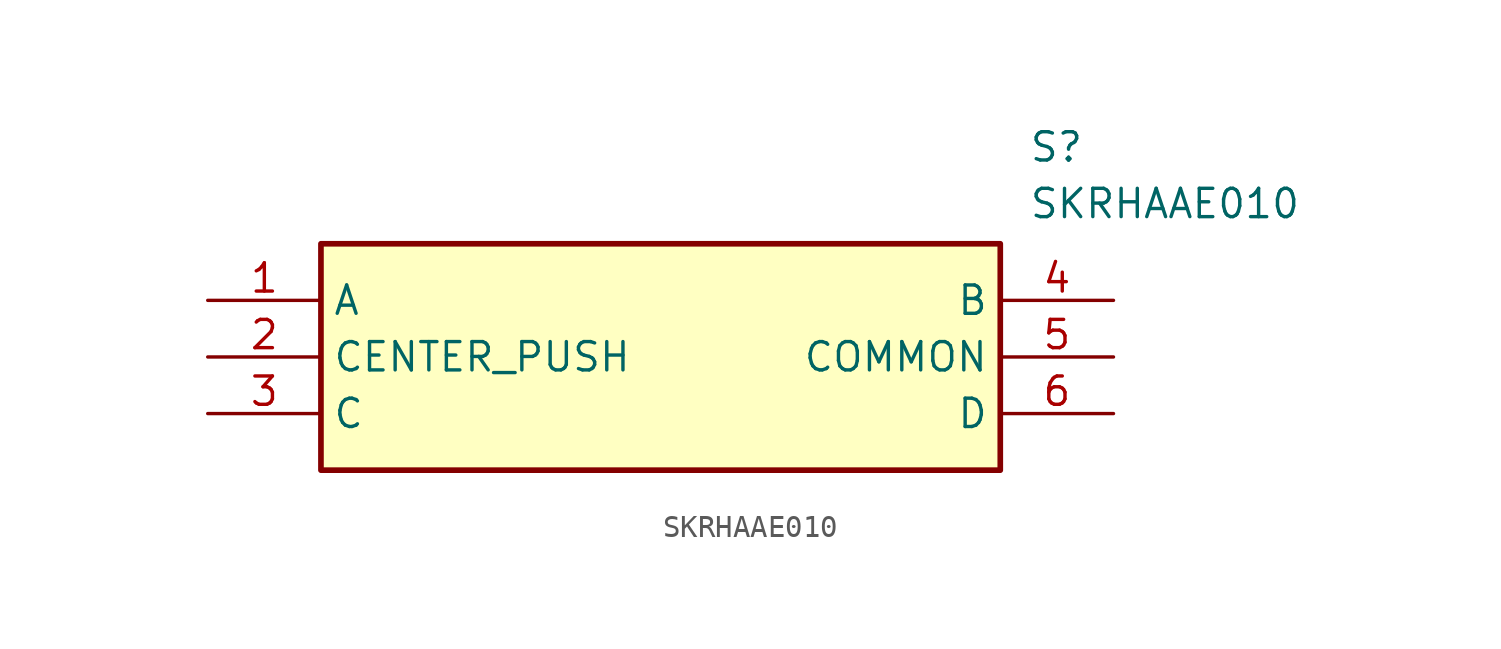
<source format=kicad_sym>
(kicad_symbol_lib
  (version 20220914)
  (generator SamacSys_ECAD_Model)
  (symbol "SKRHAAE010"
    (property "Reference" "S"
      (at 36.83 7.62 0)
      (effects (font (size 1.27 1.27)) (justify left top)))
    (property "Value" "SKRHAAE010"
      (at 36.83 5.08 0)
      (effects (font (size 1.27 1.27)) (justify left top)))
    (rectangle
      (start 5.08 2.54)
      (end 35.56 -7.62)
      (stroke (width 0.254) (type default))
      (fill (type background)))
    (pin output line
      (at 0 0 0)
      (length 5.08)
      (name "A" (effects (font (size 1.27 1.27))))
      (number "1" (effects (font (size 1.27 1.27)))))
    (pin output line
      (at 0 -2.54 0)
      (length 5.08)
      (name "CENTER_PUSH" (effects (font (size 1.27 1.27))))
      (number "2" (effects (font (size 1.27 1.27)))))
    (pin output line
      (at 0 -5.08 0)
      (length 5.08)
      (name "C" (effects (font (size 1.27 1.27))))
      (number "3" (effects (font (size 1.27 1.27)))))
    (pin output line
      (at 40.64 0 180)
      (length 5.08)
      (name "B" (effects (font (size 1.27 1.27))))
      (number "4" (effects (font (size 1.27 1.27)))))
    (pin input line
      (at 40.64 -2.54 180)
      (length 5.08)
      (name "COMMON" (effects (font (size 1.27 1.27))))
      (number "5" (effects (font (size 1.27 1.27)))))
    (pin passive line
      (at 40.64 -5.08 180)
      (length 5.08)
      (name "D" (effects (font (size 1.27 1.27))))
      (number "6" (effects (font (size 1.27 1.27)))))))
</source>
